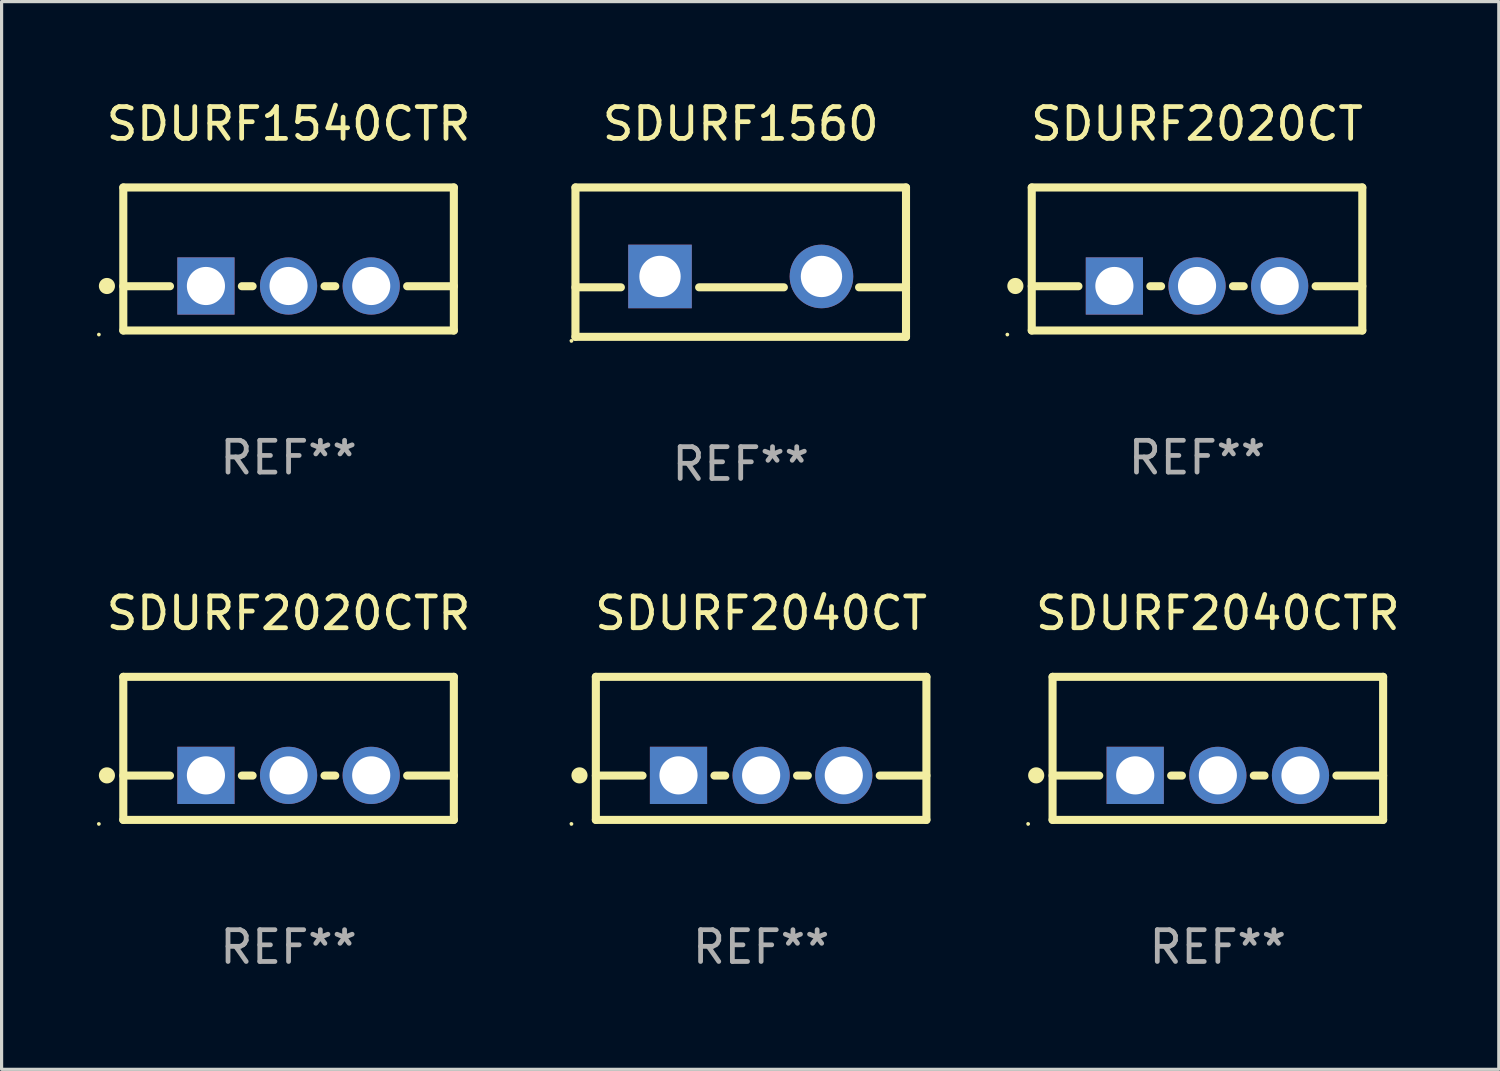
<source format=kicad_pcb>
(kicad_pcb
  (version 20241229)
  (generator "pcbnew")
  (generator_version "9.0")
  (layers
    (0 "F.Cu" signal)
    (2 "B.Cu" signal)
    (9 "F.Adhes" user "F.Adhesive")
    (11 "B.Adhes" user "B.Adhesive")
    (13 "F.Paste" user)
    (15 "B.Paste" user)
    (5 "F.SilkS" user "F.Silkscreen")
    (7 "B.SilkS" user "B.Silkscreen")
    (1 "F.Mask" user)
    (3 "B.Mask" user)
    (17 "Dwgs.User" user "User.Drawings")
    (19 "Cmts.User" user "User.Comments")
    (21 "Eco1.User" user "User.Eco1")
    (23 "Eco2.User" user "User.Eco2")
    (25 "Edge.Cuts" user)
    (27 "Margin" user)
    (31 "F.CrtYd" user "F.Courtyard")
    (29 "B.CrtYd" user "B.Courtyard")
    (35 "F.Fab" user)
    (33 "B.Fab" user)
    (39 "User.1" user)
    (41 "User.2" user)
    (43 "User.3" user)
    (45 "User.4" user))
  (footprint "SDURF1560"
    (layer "F.Cu")
    (at 20.255 5.198)
    (property "Reference" "SDURF1560" (at 0 -4.35 0) (layer "F.SilkS") (effects (font (size 1 1) (thickness 0.15))))
    (attr through_hole)
    (fp_line (start -5.2 -2.35) (end -5.2 2.35) (stroke (width 0.254) (type solid)) (layer "F.SilkS"))
    (fp_line (start -5.2 -2.35) (end 5.2 -2.35) (stroke (width 0.254) (type solid)) (layer "F.SilkS"))
    (fp_line (start -5.2 0.792) (end -3.771 0.792) (stroke (width 0.254) (type solid)) (layer "F.SilkS"))
    (fp_line (start -5.2 2.35) (end 5.2 2.35) (stroke (width 0.254) (type solid)) (layer "F.SilkS"))
    (fp_line (start -1.309 0.792) (end 1.357 0.792) (stroke (width 0.254) (type solid)) (layer "F.SilkS"))
    (fp_line (start 3.723 0.792) (end 5.2 0.792) (stroke (width 0.254) (type solid)) (layer "F.SilkS"))
    (fp_line (start 5.2 -2.35) (end 5.2 2.35) (stroke (width 0.254) (type solid)) (layer "F.SilkS"))
    (fp_circle (center -5.327 2.477) (end -5.297 2.477) (stroke (width 0.06) (type solid)) (fill no) (layer "F.SilkS"))
    (fp_text user "REF**" (at 0 6.35 0) (layer "F.Fab") (effects (font (size 1 1) (thickness 0.15))))
    (pad "1" thru_hole rect (at -2.54 0.45) (size 2 2) (drill 1.3) (layers "*.Cu" "*.Mask"))
    (pad "2" thru_hole circle (at 2.54 0.45) (size 2 2) (drill 1.3) (layers "*.Cu" "*.Mask")))
  (footprint "SDURF2040CTR"
    (layer "F.Cu")
    (at 35.266 20.495)
    (property "Reference" "SDURF2040CTR" (at 0 -4.25 0) (layer "F.SilkS") (effects (font (size 1 1) (thickness 0.15))))
    (attr through_hole)
    (fp_line (start -5.2 -2.25) (end -5.2 2.25) (stroke (width 0.254) (type solid)) (layer "F.SilkS"))
    (fp_line (start -5.2 -2.25) (end 5.2 -2.25) (stroke (width 0.254) (type solid)) (layer "F.SilkS"))
    (fp_line (start -5.2 0.857) (end -3.731 0.857) (stroke (width 0.254) (type solid)) (layer "F.SilkS"))
    (fp_line (start -5.2 2.25) (end 5.2 2.25) (stroke (width 0.254) (type solid)) (layer "F.SilkS"))
    (fp_line (start -1.469 0.857) (end -1.131 0.857) (stroke (width 0.254) (type solid)) (layer "F.SilkS"))
    (fp_line (start 1.131 0.857) (end 1.469 0.857) (stroke (width 0.254) (type solid)) (layer "F.SilkS"))
    (fp_line (start 3.731 0.857) (end 5.2 0.857) (stroke (width 0.254) (type solid)) (layer "F.SilkS"))
    (fp_line (start 5.2 -2.25) (end 5.2 2.25) (stroke (width 0.254) (type solid)) (layer "F.SilkS"))
    (fp_circle (center -5.969 2.377) (end -5.939 2.377) (stroke (width 0.06) (type solid)) (fill no) (layer "F.SilkS"))
    (fp_circle (center -5.715 0.85) (end -5.588 0.85) (stroke (width 0.254) (type solid)) (fill no) (layer "F.SilkS"))
    (fp_text user "REF**" (at 0 6.25 0) (layer "F.Fab") (effects (font (size 1 1) (thickness 0.15))))
    (pad "1" thru_hole rect (at -2.6 0.85) (size 1.8 1.8) (drill 1.2) (layers "*.Cu" "*.Mask"))
    (pad "2" thru_hole circle (at 0 0.85) (size 1.8 1.8) (drill 1.2) (layers "*.Cu" "*.Mask"))
    (pad "3" thru_hole circle (at 2.6 0.85) (size 1.8 1.8) (drill 1.2) (layers "*.Cu" "*.Mask")))
  (footprint "SDURF2020CT"
    (layer "F.Cu")
    (at 34.611 5.098)
    (property "Reference" "SDURF2020CT" (at 0 -4.25 0) (layer "F.SilkS") (effects (font (size 1 1) (thickness 0.15))))
    (attr through_hole)
    (fp_line (start -5.2 -2.25) (end -5.2 2.25) (stroke (width 0.254) (type solid)) (layer "F.SilkS"))
    (fp_line (start -5.2 -2.25) (end 5.2 -2.25) (stroke (width 0.254) (type solid)) (layer "F.SilkS"))
    (fp_line (start -5.2 0.857) (end -3.731 0.857) (stroke (width 0.254) (type solid)) (layer "F.SilkS"))
    (fp_line (start -5.2 2.25) (end 5.2 2.25) (stroke (width 0.254) (type solid)) (layer "F.SilkS"))
    (fp_line (start -1.469 0.857) (end -1.131 0.857) (stroke (width 0.254) (type solid)) (layer "F.SilkS"))
    (fp_line (start 1.131 0.857) (end 1.469 0.857) (stroke (width 0.254) (type solid)) (layer "F.SilkS"))
    (fp_line (start 3.731 0.857) (end 5.2 0.857) (stroke (width 0.254) (type solid)) (layer "F.SilkS"))
    (fp_line (start 5.2 -2.25) (end 5.2 2.25) (stroke (width 0.254) (type solid)) (layer "F.SilkS"))
    (fp_circle (center -5.969 2.377) (end -5.939 2.377) (stroke (width 0.06) (type solid)) (fill no) (layer "F.SilkS"))
    (fp_circle (center -5.715 0.85) (end -5.588 0.85) (stroke (width 0.254) (type solid)) (fill no) (layer "F.SilkS"))
    (fp_text user "REF**" (at 0 6.25 0) (layer "F.Fab") (effects (font (size 1 1) (thickness 0.15))))
    (pad "1" thru_hole rect (at -2.6 0.85) (size 1.8 1.8) (drill 1.2) (layers "*.Cu" "*.Mask"))
    (pad "2" thru_hole circle (at 0 0.85) (size 1.8 1.8) (drill 1.2) (layers "*.Cu" "*.Mask"))
    (pad "3" thru_hole circle (at 2.6 0.85) (size 1.8 1.8) (drill 1.2) (layers "*.Cu" "*.Mask")))
  (footprint "SDURF1540CTR"
    (layer "F.Cu")
    (at 6.029 5.098)
    (property "Reference" "SDURF1540CTR" (at 0 -4.25 0) (layer "F.SilkS") (effects (font (size 1 1) (thickness 0.15))))
    (attr through_hole)
    (fp_line (start -5.2 -2.25) (end -5.2 2.25) (stroke (width 0.254) (type solid)) (layer "F.SilkS"))
    (fp_line (start -5.2 -2.25) (end 5.2 -2.25) (stroke (width 0.254) (type solid)) (layer "F.SilkS"))
    (fp_line (start -5.2 0.857) (end -3.731 0.857) (stroke (width 0.254) (type solid)) (layer "F.SilkS"))
    (fp_line (start -5.2 2.25) (end 5.2 2.25) (stroke (width 0.254) (type solid)) (layer "F.SilkS"))
    (fp_line (start -1.469 0.857) (end -1.131 0.857) (stroke (width 0.254) (type solid)) (layer "F.SilkS"))
    (fp_line (start 1.131 0.857) (end 1.469 0.857) (stroke (width 0.254) (type solid)) (layer "F.SilkS"))
    (fp_line (start 3.731 0.857) (end 5.2 0.857) (stroke (width 0.254) (type solid)) (layer "F.SilkS"))
    (fp_line (start 5.2 -2.25) (end 5.2 2.25) (stroke (width 0.254) (type solid)) (layer "F.SilkS"))
    (fp_circle (center -5.969 2.377) (end -5.939 2.377) (stroke (width 0.06) (type solid)) (fill no) (layer "F.SilkS"))
    (fp_circle (center -5.715 0.85) (end -5.588 0.85) (stroke (width 0.254) (type solid)) (fill no) (layer "F.SilkS"))
    (fp_text user "REF**" (at 0 6.25 0) (layer "F.Fab") (effects (font (size 1 1) (thickness 0.15))))
    (pad "1" thru_hole rect (at -2.6 0.85) (size 1.8 1.8) (drill 1.2) (layers "*.Cu" "*.Mask"))
    (pad "2" thru_hole circle (at 0 0.85) (size 1.8 1.8) (drill 1.2) (layers "*.Cu" "*.Mask"))
    (pad "3" thru_hole circle (at 2.6 0.85) (size 1.8 1.8) (drill 1.2) (layers "*.Cu" "*.Mask")))
  (footprint "SDURF2020CTR"
    (layer "F.Cu")
    (at 6.029 20.495)
    (property "Reference" "SDURF2020CTR" (at 0 -4.25 0) (layer "F.SilkS") (effects (font (size 1 1) (thickness 0.15))))
    (attr through_hole)
    (fp_line (start -5.2 -2.25) (end -5.2 2.25) (stroke (width 0.254) (type solid)) (layer "F.SilkS"))
    (fp_line (start -5.2 -2.25) (end 5.2 -2.25) (stroke (width 0.254) (type solid)) (layer "F.SilkS"))
    (fp_line (start -5.2 0.857) (end -3.731 0.857) (stroke (width 0.254) (type solid)) (layer "F.SilkS"))
    (fp_line (start -5.2 2.25) (end 5.2 2.25) (stroke (width 0.254) (type solid)) (layer "F.SilkS"))
    (fp_line (start -1.469 0.857) (end -1.131 0.857) (stroke (width 0.254) (type solid)) (layer "F.SilkS"))
    (fp_line (start 1.131 0.857) (end 1.469 0.857) (stroke (width 0.254) (type solid)) (layer "F.SilkS"))
    (fp_line (start 3.731 0.857) (end 5.2 0.857) (stroke (width 0.254) (type solid)) (layer "F.SilkS"))
    (fp_line (start 5.2 -2.25) (end 5.2 2.25) (stroke (width 0.254) (type solid)) (layer "F.SilkS"))
    (fp_circle (center -5.969 2.377) (end -5.939 2.377) (stroke (width 0.06) (type solid)) (fill no) (layer "F.SilkS"))
    (fp_circle (center -5.715 0.85) (end -5.588 0.85) (stroke (width 0.254) (type solid)) (fill no) (layer "F.SilkS"))
    (fp_text user "REF**" (at 0 6.25 0) (layer "F.Fab") (effects (font (size 1 1) (thickness 0.15))))
    (pad "1" thru_hole rect (at -2.6 0.85) (size 1.8 1.8) (drill 1.2) (layers "*.Cu" "*.Mask"))
    (pad "2" thru_hole circle (at 0 0.85) (size 1.8 1.8) (drill 1.2) (layers "*.Cu" "*.Mask"))
    (pad "3" thru_hole circle (at 2.6 0.85) (size 1.8 1.8) (drill 1.2) (layers "*.Cu" "*.Mask")))
  (footprint "SDURF2040CT"
    (layer "F.Cu")
    (at 20.897 20.495)
    (property "Reference" "SDURF2040CT" (at 0 -4.25 0) (layer "F.SilkS") (effects (font (size 1 1) (thickness 0.15))))
    (attr through_hole)
    (fp_line (start -5.2 -2.25) (end -5.2 2.25) (stroke (width 0.254) (type solid)) (layer "F.SilkS"))
    (fp_line (start -5.2 -2.25) (end 5.2 -2.25) (stroke (width 0.254) (type solid)) (layer "F.SilkS"))
    (fp_line (start -5.2 0.857) (end -3.731 0.857) (stroke (width 0.254) (type solid)) (layer "F.SilkS"))
    (fp_line (start -5.2 2.25) (end 5.2 2.25) (stroke (width 0.254) (type solid)) (layer "F.SilkS"))
    (fp_line (start -1.469 0.857) (end -1.131 0.857) (stroke (width 0.254) (type solid)) (layer "F.SilkS"))
    (fp_line (start 1.131 0.857) (end 1.469 0.857) (stroke (width 0.254) (type solid)) (layer "F.SilkS"))
    (fp_line (start 3.731 0.857) (end 5.2 0.857) (stroke (width 0.254) (type solid)) (layer "F.SilkS"))
    (fp_line (start 5.2 -2.25) (end 5.2 2.25) (stroke (width 0.254) (type solid)) (layer "F.SilkS"))
    (fp_circle (center -5.969 2.377) (end -5.939 2.377) (stroke (width 0.06) (type solid)) (fill no) (layer "F.SilkS"))
    (fp_circle (center -5.715 0.85) (end -5.588 0.85) (stroke (width 0.254) (type solid)) (fill no) (layer "F.SilkS"))
    (fp_text user "REF**" (at 0 6.25 0) (layer "F.Fab") (effects (font (size 1 1) (thickness 0.15))))
    (pad "1" thru_hole rect (at -2.6 0.85) (size 1.8 1.8) (drill 1.2) (layers "*.Cu" "*.Mask"))
    (pad "2" thru_hole circle (at 0 0.85) (size 1.8 1.8) (drill 1.2) (layers "*.Cu" "*.Mask"))
    (pad "3" thru_hole circle (at 2.6 0.85) (size 1.8 1.8) (drill 1.2) (layers "*.Cu" "*.Mask")))
  (gr_rect
    (start -3 -3)
    (end 44.105 30.593)
    (stroke (width 0.1) (type default))
    (fill no)
    (layer "Edge.Cuts")))
</source>
